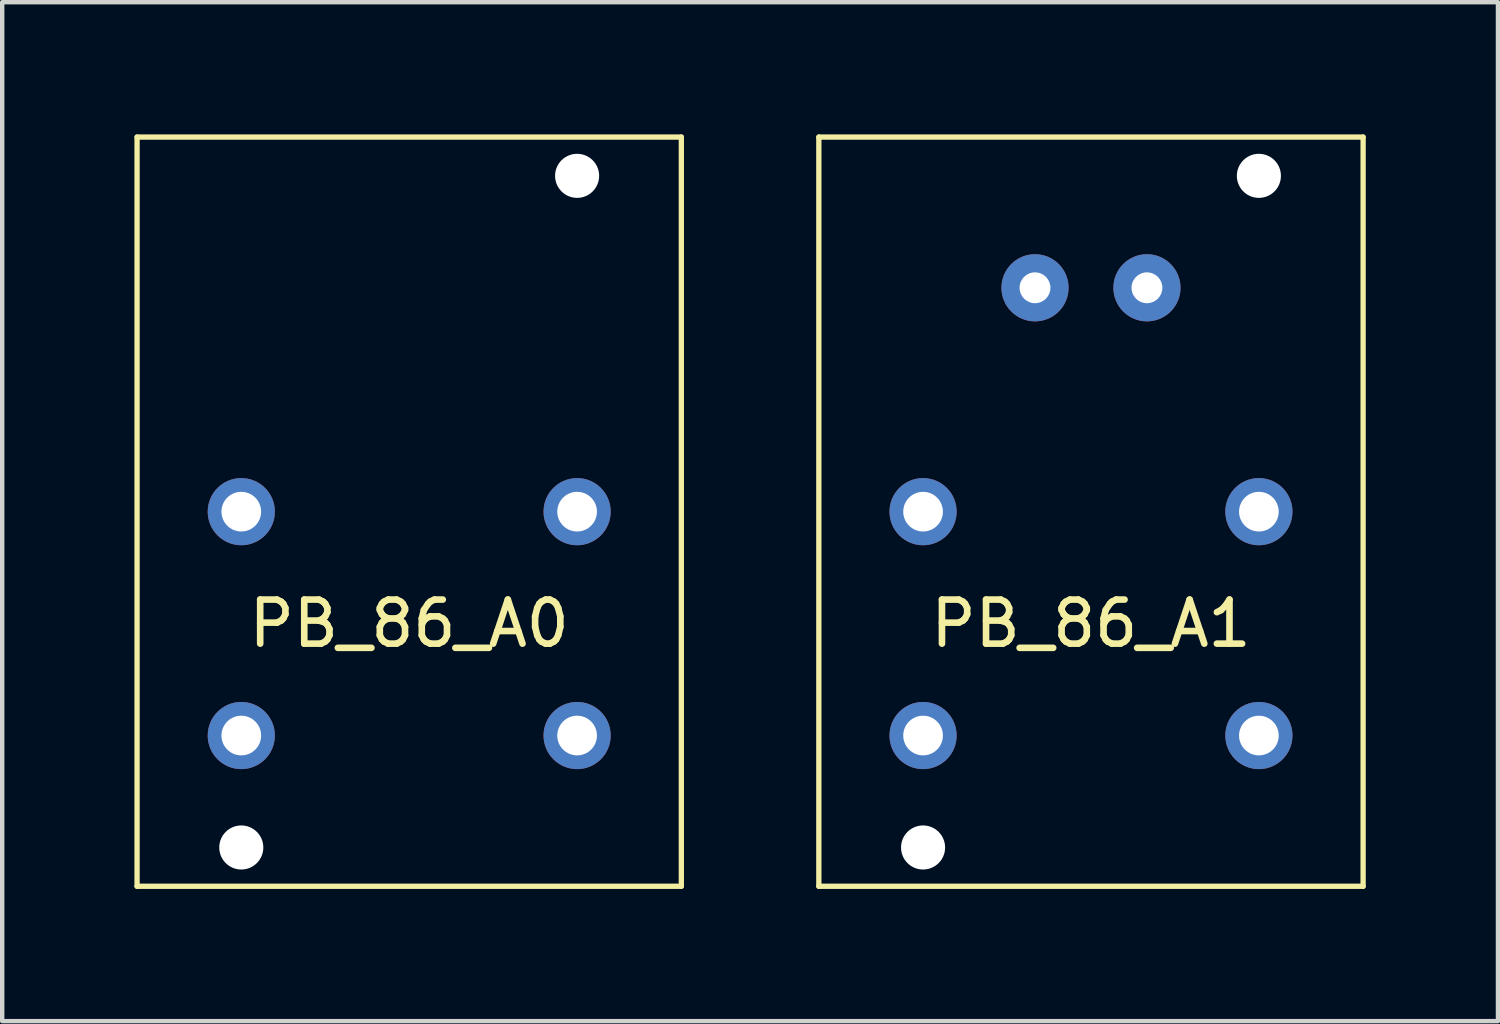
<source format=kicad_pcb>
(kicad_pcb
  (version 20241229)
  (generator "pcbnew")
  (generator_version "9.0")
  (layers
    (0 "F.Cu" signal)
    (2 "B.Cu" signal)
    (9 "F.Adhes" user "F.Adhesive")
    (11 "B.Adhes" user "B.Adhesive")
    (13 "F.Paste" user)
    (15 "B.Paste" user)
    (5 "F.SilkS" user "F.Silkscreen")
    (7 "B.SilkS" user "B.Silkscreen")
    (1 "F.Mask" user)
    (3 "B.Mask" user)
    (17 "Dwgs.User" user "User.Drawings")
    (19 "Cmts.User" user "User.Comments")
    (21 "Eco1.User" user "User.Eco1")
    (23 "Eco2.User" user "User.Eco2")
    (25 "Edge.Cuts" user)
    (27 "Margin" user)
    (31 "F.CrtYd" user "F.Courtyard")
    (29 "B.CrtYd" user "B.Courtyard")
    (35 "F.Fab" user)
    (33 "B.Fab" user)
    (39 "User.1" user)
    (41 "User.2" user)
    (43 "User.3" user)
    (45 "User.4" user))
  (footprint "PB_86_A1"
    (layer "F.Cu")
    (at 21.705 8.56)
    (property "Reference" "PB_86_A1" (at 0 2.54 0) (layer "F.SilkS") (effects (font (size 1 1) (thickness 0.15))))
    (attr through_hole)
    (fp_line (start -6.175 -8.5) (end 6.175 -8.5) (stroke (width 0.12) (type solid)) (layer "F.SilkS"))
    (fp_line (start -6.175 8.5) (end -6.175 -8.5) (stroke (width 0.12) (type solid)) (layer "F.SilkS"))
    (fp_line (start 6.175 -8.5) (end 6.175 8.5) (stroke (width 0.12) (type solid)) (layer "F.SilkS"))
    (fp_line (start 6.175 8.5) (end -6.175 8.5) (stroke (width 0.12) (type solid)) (layer "F.SilkS"))
    (pad "" np_thru_hole circle (at -3.81 7.62) (size 1 1) (drill 1) (layers "*.Cu" "*.Mask"))
    (pad "" np_thru_hole circle (at 3.81 -7.62) (size 1 1) (drill 1) (layers "*.Cu" "*.Mask"))
    (pad "1" thru_hole circle (at -3.81 5.08) (size 1.524 1.524) (drill 0.9) (layers "*.Cu" "*.Mask"))
    (pad "2" thru_hole circle (at -3.81 0) (size 1.524 1.524) (drill 0.9) (layers "*.Cu" "*.Mask"))
    (pad "3" thru_hole circle (at 1.27 -5.08) (size 1.524 1.524) (drill 0.7) (layers "*.Cu" "*.Mask"))
    (pad "4" thru_hole circle (at -1.27 -5.08) (size 1.524 1.524) (drill 0.7) (layers "*.Cu" "*.Mask"))
    (pad "5" thru_hole circle (at 3.81 0) (size 1.524 1.524) (drill 0.9) (layers "*.Cu" "*.Mask"))
    (pad "6" thru_hole circle (at 3.81 5.08) (size 1.524 1.524) (drill 0.9) (layers "*.Cu" "*.Mask")))
  (footprint "PB_86_A0"
    (layer "F.Cu")
    (at 6.235 8.56)
    (property "Reference" "PB_86_A0" (at 0 2.54 0) (layer "F.SilkS") (effects (font (size 1 1) (thickness 0.15))))
    (attr through_hole)
    (fp_line (start -6.175 -8.5) (end 6.175 -8.5) (stroke (width 0.12) (type solid)) (layer "F.SilkS"))
    (fp_line (start -6.175 8.5) (end -6.175 -8.5) (stroke (width 0.12) (type solid)) (layer "F.SilkS"))
    (fp_line (start 6.175 -8.5) (end 6.175 8.5) (stroke (width 0.12) (type solid)) (layer "F.SilkS"))
    (fp_line (start 6.175 8.5) (end -6.175 8.5) (stroke (width 0.12) (type solid)) (layer "F.SilkS"))
    (pad "" np_thru_hole circle (at -3.81 7.62) (size 1 1) (drill 1) (layers "*.Cu" "*.Mask"))
    (pad "" np_thru_hole circle (at 3.81 -7.62) (size 1 1) (drill 1) (layers "*.Cu" "*.Mask"))
    (pad "1" thru_hole circle (at -3.81 0) (size 1.524 1.524) (drill 0.9) (layers "*.Cu" "*.Mask"))
    (pad "2" thru_hole circle (at -3.81 5.08) (size 1.524 1.524) (drill 0.9) (layers "*.Cu" "*.Mask"))
    (pad "3" thru_hole circle (at 3.81 0) (size 1.524 1.524) (drill 0.9) (layers "*.Cu" "*.Mask"))
    (pad "4" thru_hole circle (at 3.81 5.08) (size 1.524 1.524) (drill 0.9) (layers "*.Cu" "*.Mask")))
  (gr_rect
    (start -3 -3)
    (end 30.94 20.12)
    (stroke (width 0.1) (type default))
    (fill no)
    (layer "Edge.Cuts")))
</source>
